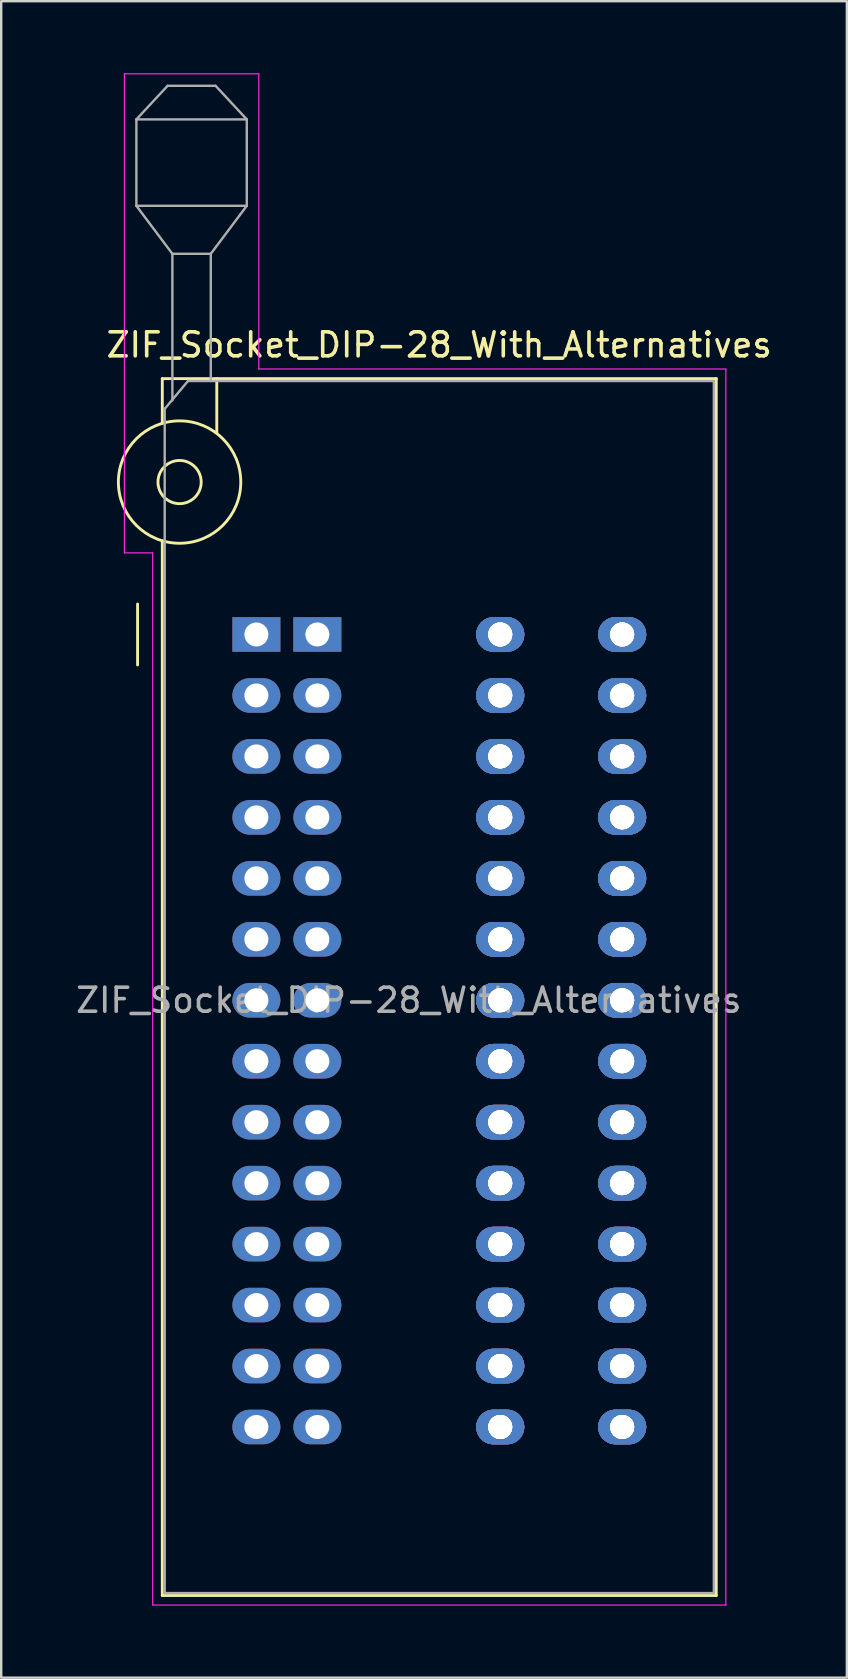
<source format=kicad_pcb>
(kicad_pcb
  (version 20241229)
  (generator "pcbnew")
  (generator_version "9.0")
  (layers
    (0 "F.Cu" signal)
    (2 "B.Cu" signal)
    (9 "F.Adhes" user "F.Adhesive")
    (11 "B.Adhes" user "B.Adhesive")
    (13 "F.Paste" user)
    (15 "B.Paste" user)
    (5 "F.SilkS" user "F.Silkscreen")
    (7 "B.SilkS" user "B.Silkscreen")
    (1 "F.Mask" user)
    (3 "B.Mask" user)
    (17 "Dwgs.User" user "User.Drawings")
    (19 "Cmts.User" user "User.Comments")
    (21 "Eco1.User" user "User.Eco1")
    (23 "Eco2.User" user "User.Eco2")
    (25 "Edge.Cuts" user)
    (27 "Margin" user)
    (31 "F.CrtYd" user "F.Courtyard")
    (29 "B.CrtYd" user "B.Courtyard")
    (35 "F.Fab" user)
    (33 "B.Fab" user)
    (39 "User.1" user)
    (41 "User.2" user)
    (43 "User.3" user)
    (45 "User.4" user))
  (footprint "ZIF_Socket_DIP-28_With_Alternatives"
    (layer "F.Cu")
    (at 7.632 23.385)
    (property "Reference" "ZIF_Socket_DIP-28_With_Alternatives" (at 7.62 -12.065 0) (layer "F.SilkS") (effects (font (size 1 1) (thickness 0.15))))
    (attr through_hole)
    (fp_line (start -4.95 1.27) (end -4.95 -1.27) (stroke (width 0.12) (type solid)) (layer "F.SilkS"))
    (fp_line (start -3.92 -10.66) (end -3.92 -8.8) (stroke (width 0.12) (type solid)) (layer "F.SilkS"))
    (fp_line (start -3.92 -3.9) (end -3.92 40.04) (stroke (width 0.12) (type solid)) (layer "F.SilkS"))
    (fp_line (start -3.92 40.04) (end 19.16 40.04) (stroke (width 0.12) (type solid)) (layer "F.SilkS"))
    (fp_line (start -1.65 -10.66) (end -1.65 -8.4) (stroke (width 0.12) (type solid)) (layer "F.SilkS"))
    (fp_line (start 19.16 -10.66) (end -3.92 -10.66) (stroke (width 0.12) (type solid)) (layer "F.SilkS"))
    (fp_line (start 19.16 40.04) (end 19.16 -10.66) (stroke (width 0.12) (type solid)) (layer "F.SilkS"))
    (fp_circle (center -3.2 -6.35) (end -2.3 -6.35) (stroke (width 0.12) (type solid)) (fill no) (layer "F.SilkS"))
    (fp_circle (center -3.2 -6.35) (end -0.65 -6.35) (stroke (width 0.12) (type solid)) (fill no) (layer "F.SilkS"))
    (fp_line (start -5.5 -23.36) (end 0.1 -23.36) (stroke (width 0.05) (type solid)) (layer "F.CrtYd"))
    (fp_line (start -5.5 -3.4) (end -5.5 -23.36) (stroke (width 0.05) (type solid)) (layer "F.CrtYd"))
    (fp_line (start -4.32 -3.4) (end -5.5 -3.4) (stroke (width 0.05) (type solid)) (layer "F.CrtYd"))
    (fp_line (start -4.32 40.44) (end -4.32 -3.4) (stroke (width 0.05) (type solid)) (layer "F.CrtYd"))
    (fp_line (start 0.1 -23.36) (end 0.1 -11.06) (stroke (width 0.05) (type solid)) (layer "F.CrtYd"))
    (fp_line (start 0.1 -11.06) (end 19.56 -11.06) (stroke (width 0.05) (type solid)) (layer "F.CrtYd"))
    (fp_line (start 19.56 -11.06) (end 19.56 40.44) (stroke (width 0.05) (type solid)) (layer "F.CrtYd"))
    (fp_line (start 19.56 40.44) (end -4.32 40.44) (stroke (width 0.05) (type solid)) (layer "F.CrtYd"))
    (fp_line (start -5 -21.46) (end -5 -17.86) (stroke (width 0.1) (type solid)) (layer "F.Fab"))
    (fp_line (start -5 -21.46) (end -3.7 -22.86) (stroke (width 0.1) (type solid)) (layer "F.Fab"))
    (fp_line (start -5 -17.86) (end -3.5 -15.86) (stroke (width 0.1) (type solid)) (layer "F.Fab"))
    (fp_line (start -5 -17.86) (end -0.4 -17.86) (stroke (width 0.1) (type solid)) (layer "F.Fab"))
    (fp_line (start -3.82 -9.4) (end -2.85 -10.56) (stroke (width 0.1) (type solid)) (layer "F.Fab"))
    (fp_line (start -3.82 39.94) (end -3.82 -9.4) (stroke (width 0.1) (type solid)) (layer "F.Fab"))
    (fp_line (start -3.7 -22.86) (end -1.7 -22.86) (stroke (width 0.1) (type solid)) (layer "F.Fab"))
    (fp_line (start -3.5 -15.86) (end -1.9 -15.86) (stroke (width 0.1) (type solid)) (layer "F.Fab"))
    (fp_line (start -3.5 -9.75) (end -3.5 -15.86) (stroke (width 0.1) (type solid)) (layer "F.Fab"))
    (fp_line (start -2.85 -10.56) (end 19.06 -10.56) (stroke (width 0.1) (type solid)) (layer "F.Fab"))
    (fp_line (start -1.9 -15.86) (end -1.9 -10.56) (stroke (width 0.1) (type solid)) (layer "F.Fab"))
    (fp_line (start -1.7 -22.86) (end -0.4 -21.46) (stroke (width 0.1) (type solid)) (layer "F.Fab"))
    (fp_line (start -0.4 -21.46) (end -5 -21.46) (stroke (width 0.1) (type solid)) (layer "F.Fab"))
    (fp_line (start -0.4 -17.86) (end -1.9 -15.86) (stroke (width 0.1) (type solid)) (layer "F.Fab"))
    (fp_line (start -0.4 -17.86) (end -0.4 -21.46) (stroke (width 0.1) (type solid)) (layer "F.Fab"))
    (fp_line (start 19.06 -10.56) (end 19.06 39.94) (stroke (width 0.1) (type solid)) (layer "F.Fab"))
    (fp_line (start 19.06 39.94) (end -3.82 39.94) (stroke (width 0.1) (type solid)) (layer "F.Fab"))
    (fp_text user "${REFERENCE}" (at 6.35 15.24 0) (layer "F.Fab") (effects (font (size 1 1) (thickness 0.15))))
    (pad "1" thru_hole rect (at 0 0) (size 2 1.44) (drill 1) (layers "*.Cu" "*.Mask"))
    (pad "1" thru_hole rect (at 2.54 0) (size 2 1.44) (drill 1) (layers "*.Cu" "*.Mask"))
    (pad "2" thru_hole oval (at 0 2.54) (size 2 1.44) (drill 1) (layers "*.Cu" "*.Mask"))
    (pad "2" thru_hole oval (at 2.54 2.54) (size 2 1.44) (drill 1) (layers "*.Cu" "*.Mask"))
    (pad "3" thru_hole oval (at 0 5.08) (size 2 1.44) (drill 1) (layers "*.Cu" "*.Mask"))
    (pad "3" thru_hole oval (at 2.54 5.08) (size 2 1.44) (drill 1) (layers "*.Cu" "*.Mask"))
    (pad "4" thru_hole oval (at 0 7.62) (size 2 1.44) (drill 1) (layers "*.Cu" "*.Mask"))
    (pad "4" thru_hole oval (at 2.54 7.62) (size 2 1.44) (drill 1) (layers "*.Cu" "*.Mask"))
    (pad "5" thru_hole oval (at 0 10.16) (size 2 1.44) (drill 1) (layers "*.Cu" "*.Mask"))
    (pad "5" thru_hole oval (at 2.54 10.16) (size 2 1.44) (drill 1) (layers "*.Cu" "*.Mask"))
    (pad "6" thru_hole oval (at 0 12.7) (size 2 1.44) (drill 1) (layers "*.Cu" "*.Mask"))
    (pad "6" thru_hole oval (at 2.54 12.7) (size 2 1.44) (drill 1) (layers "*.Cu" "*.Mask"))
    (pad "7" thru_hole oval (at 0 15.24) (size 2 1.44) (drill 1) (layers "*.Cu" "*.Mask"))
    (pad "7" thru_hole oval (at 2.54 15.24) (size 2 1.44) (drill 1) (layers "*.Cu" "*.Mask"))
    (pad "8" thru_hole oval (at 0 17.78) (size 2 1.44) (drill 1) (layers "*.Cu" "*.Mask"))
    (pad "8" thru_hole oval (at 2.54 17.78) (size 2 1.44) (drill 1) (layers "*.Cu" "*.Mask"))
    (pad "9" thru_hole oval (at 0 20.32) (size 2 1.44) (drill 1) (layers "*.Cu" "*.Mask"))
    (pad "9" thru_hole oval (at 2.54 20.32) (size 2 1.44) (drill 1) (layers "*.Cu" "*.Mask"))
    (pad "10" thru_hole oval (at 0 22.86) (size 2 1.44) (drill 1) (layers "*.Cu" "*.Mask"))
    (pad "10" thru_hole oval (at 2.54 22.86) (size 2 1.44) (drill 1) (layers "*.Cu" "*.Mask"))
    (pad "11" thru_hole oval (at 0 25.4) (size 2 1.44) (drill 1) (layers "*.Cu" "*.Mask"))
    (pad "11" thru_hole oval (at 2.54 25.4) (size 2 1.44) (drill 1) (layers "*.Cu" "*.Mask"))
    (pad "12" thru_hole oval (at 0 27.94) (size 2 1.44) (drill 1) (layers "*.Cu" "*.Mask"))
    (pad "12" thru_hole oval (at 2.54 27.94) (size 2 1.44) (drill 1) (layers "*.Cu" "*.Mask"))
    (pad "13" thru_hole oval (at 0 30.48) (size 2 1.44) (drill 1) (layers "*.Cu" "*.Mask"))
    (pad "13" thru_hole oval (at 2.54 30.48) (size 2 1.44) (drill 1) (layers "*.Cu" "*.Mask"))
    (pad "14" thru_hole oval (at 0 33.02) (size 2 1.44) (drill 1) (layers "*.Cu" "*.Mask"))
    (pad "14" thru_hole oval (at 2.54 33.02) (size 2 1.44) (drill 1) (layers "*.Cu" "*.Mask"))
    (pad "15" thru_hole oval (at 10.16 33.02) (size 2 1.44) (drill 1) (layers "*.Cu" "*.Mask"))
    (pad "15" thru_hole oval (at 10.16 33.02) (size 2 1.44) (drill 1) (layers "*.Cu" "*.Mask"))
    (pad "15" thru_hole oval (at 10.16 33.02) (size 2 1.44) (drill 1) (layers "*.Cu" "*.Mask"))
    (pad "15" thru_hole oval (at 10.16 33.02) (size 2 1.44) (drill 1) (layers "*.Cu" "*.Mask"))
    (pad "15" thru_hole oval (at 15.24 33.02) (size 2 1.44) (drill 1) (layers "*.Cu" "*.Mask"))
    (pad "15" thru_hole oval (at 15.24 33.02) (size 2 1.44) (drill 1) (layers "*.Cu" "*.Mask"))
    (pad "15" thru_hole oval (at 15.24 33.02) (size 2 1.44) (drill 1) (layers "*.Cu" "*.Mask"))
    (pad "15" thru_hole oval (at 15.24 33.02) (size 2 1.44) (drill 1) (layers "*.Cu" "*.Mask"))
    (pad "16" thru_hole oval (at 10.16 30.48) (size 2 1.44) (drill 1) (layers "*.Cu" "*.Mask"))
    (pad "16" thru_hole oval (at 10.16 30.48) (size 2 1.44) (drill 1) (layers "*.Cu" "*.Mask"))
    (pad "16" thru_hole oval (at 10.16 30.48) (size 2 1.44) (drill 1) (layers "*.Cu" "*.Mask"))
    (pad "16" thru_hole oval (at 10.16 30.48) (size 2 1.44) (drill 1) (layers "*.Cu" "*.Mask"))
    (pad "16" thru_hole oval (at 15.24 30.48) (size 2 1.44) (drill 1) (layers "*.Cu" "*.Mask"))
    (pad "16" thru_hole oval (at 15.24 30.48) (size 2 1.44) (drill 1) (layers "*.Cu" "*.Mask"))
    (pad "16" thru_hole oval (at 15.24 30.48) (size 2 1.44) (drill 1) (layers "*.Cu" "*.Mask"))
    (pad "16" thru_hole oval (at 15.24 30.48) (size 2 1.44) (drill 1) (layers "*.Cu" "*.Mask"))
    (pad "17" thru_hole oval (at 10.16 27.94) (size 2 1.44) (drill 1) (layers "*.Cu" "*.Mask"))
    (pad "17" thru_hole oval (at 10.16 27.94) (size 2 1.44) (drill 1) (layers "*.Cu" "*.Mask"))
    (pad "17" thru_hole oval (at 10.16 27.94) (size 2 1.44) (drill 1) (layers "*.Cu" "*.Mask"))
    (pad "17" thru_hole oval (at 10.16 27.94) (size 2 1.44) (drill 1) (layers "*.Cu" "*.Mask"))
    (pad "17" thru_hole oval (at 15.24 27.94) (size 2 1.44) (drill 1) (layers "*.Cu" "*.Mask"))
    (pad "17" thru_hole oval (at 15.24 27.94) (size 2 1.44) (drill 1) (layers "*.Cu" "*.Mask"))
    (pad "17" thru_hole oval (at 15.24 27.94) (size 2 1.44) (drill 1) (layers "*.Cu" "*.Mask"))
    (pad "17" thru_hole oval (at 15.24 27.94) (size 2 1.44) (drill 1) (layers "*.Cu" "*.Mask"))
    (pad "18" thru_hole oval (at 10.16 25.4) (size 2 1.44) (drill 1) (layers "*.Cu" "*.Mask"))
    (pad "18" thru_hole oval (at 10.16 25.4) (size 2 1.44) (drill 1) (layers "*.Cu" "*.Mask"))
    (pad "18" thru_hole oval (at 10.16 25.4) (size 2 1.44) (drill 1) (layers "*.Cu" "*.Mask"))
    (pad "18" thru_hole oval (at 10.16 25.4) (size 2 1.44) (drill 1) (layers "*.Cu" "*.Mask"))
    (pad "18" thru_hole oval (at 15.24 25.4) (size 2 1.44) (drill 1) (layers "*.Cu" "*.Mask"))
    (pad "18" thru_hole oval (at 15.24 25.4) (size 2 1.44) (drill 1) (layers "*.Cu" "*.Mask"))
    (pad "18" thru_hole oval (at 15.24 25.4) (size 2 1.44) (drill 1) (layers "*.Cu" "*.Mask"))
    (pad "18" thru_hole oval (at 15.24 25.4) (size 2 1.44) (drill 1) (layers "*.Cu" "*.Mask"))
    (pad "19" thru_hole oval (at 10.16 22.86) (size 2 1.44) (drill 1) (layers "*.Cu" "*.Mask"))
    (pad "19" thru_hole oval (at 10.16 22.86) (size 2 1.44) (drill 1) (layers "*.Cu" "*.Mask"))
    (pad "19" thru_hole oval (at 10.16 22.86) (size 2 1.44) (drill 1) (layers "*.Cu" "*.Mask"))
    (pad "19" thru_hole oval (at 10.16 22.86) (size 2 1.44) (drill 1) (layers "*.Cu" "*.Mask"))
    (pad "19" thru_hole oval (at 15.24 22.86) (size 2 1.44) (drill 1) (layers "*.Cu" "*.Mask"))
    (pad "19" thru_hole oval (at 15.24 22.86) (size 2 1.44) (drill 1) (layers "*.Cu" "*.Mask"))
    (pad "19" thru_hole oval (at 15.24 22.86) (size 2 1.44) (drill 1) (layers "*.Cu" "*.Mask"))
    (pad "19" thru_hole oval (at 15.24 22.86) (size 2 1.44) (drill 1) (layers "*.Cu" "*.Mask"))
    (pad "20" thru_hole oval (at 10.16 20.32) (size 2 1.44) (drill 1) (layers "*.Cu" "*.Mask"))
    (pad "20" thru_hole oval (at 10.16 20.32) (size 2 1.44) (drill 1) (layers "*.Cu" "*.Mask"))
    (pad "20" thru_hole oval (at 10.16 20.32) (size 2 1.44) (drill 1) (layers "*.Cu" "*.Mask"))
    (pad "20" thru_hole oval (at 10.16 20.32) (size 2 1.44) (drill 1) (layers "*.Cu" "*.Mask"))
    (pad "20" thru_hole oval (at 15.24 20.32) (size 2 1.44) (drill 1) (layers "*.Cu" "*.Mask"))
    (pad "20" thru_hole oval (at 15.24 20.32) (size 2 1.44) (drill 1) (layers "*.Cu" "*.Mask"))
    (pad "20" thru_hole oval (at 15.24 20.32) (size 2 1.44) (drill 1) (layers "*.Cu" "*.Mask"))
    (pad "20" thru_hole oval (at 15.24 20.32) (size 2 1.44) (drill 1) (layers "*.Cu" "*.Mask"))
    (pad "21" thru_hole oval (at 10.16 17.78) (size 2 1.44) (drill 1) (layers "*.Cu" "*.Mask"))
    (pad "21" thru_hole oval (at 10.16 17.78) (size 2 1.44) (drill 1) (layers "*.Cu" "*.Mask"))
    (pad "21" thru_hole oval (at 10.16 17.78) (size 2 1.44) (drill 1) (layers "*.Cu" "*.Mask"))
    (pad "21" thru_hole oval (at 10.16 17.78) (size 2 1.44) (drill 1) (layers "*.Cu" "*.Mask"))
    (pad "21" thru_hole oval (at 15.24 17.78) (size 2 1.44) (drill 1) (layers "*.Cu" "*.Mask"))
    (pad "21" thru_hole oval (at 15.24 17.78) (size 2 1.44) (drill 1) (layers "*.Cu" "*.Mask"))
    (pad "21" thru_hole oval (at 15.24 17.78) (size 2 1.44) (drill 1) (layers "*.Cu" "*.Mask"))
    (pad "21" thru_hole oval (at 15.24 17.78) (size 2 1.44) (drill 1) (layers "*.Cu" "*.Mask"))
    (pad "22" thru_hole oval (at 10.16 15.24) (size 2 1.44) (drill 1) (layers "*.Cu" "*.Mask"))
    (pad "22" thru_hole oval (at 10.16 15.24) (size 2 1.44) (drill 1) (layers "*.Cu" "*.Mask"))
    (pad "22" thru_hole oval (at 10.16 15.24) (size 2 1.44) (drill 1) (layers "*.Cu" "*.Mask"))
    (pad "22" thru_hole oval (at 10.16 15.24) (size 2 1.44) (drill 1) (layers "*.Cu" "*.Mask"))
    (pad "22" thru_hole oval (at 15.24 15.24) (size 2 1.44) (drill 1) (layers "*.Cu" "*.Mask"))
    (pad "22" thru_hole oval (at 15.24 15.24) (size 2 1.44) (drill 1) (layers "*.Cu" "*.Mask"))
    (pad "22" thru_hole oval (at 15.24 15.24) (size 2 1.44) (drill 1) (layers "*.Cu" "*.Mask"))
    (pad "22" thru_hole oval (at 15.24 15.24) (size 2 1.44) (drill 1) (layers "*.Cu" "*.Mask"))
    (pad "23" thru_hole oval (at 10.16 12.7) (size 2 1.44) (drill 1) (layers "*.Cu" "*.Mask"))
    (pad "23" thru_hole oval (at 10.16 12.7) (size 2 1.44) (drill 1) (layers "*.Cu" "*.Mask"))
    (pad "23" thru_hole oval (at 10.16 12.7) (size 2 1.44) (drill 1) (layers "*.Cu" "*.Mask"))
    (pad "23" thru_hole oval (at 10.16 12.7) (size 2 1.44) (drill 1) (layers "*.Cu" "*.Mask"))
    (pad "23" thru_hole oval (at 15.24 12.7) (size 2 1.44) (drill 1) (layers "*.Cu" "*.Mask"))
    (pad "23" thru_hole oval (at 15.24 12.7) (size 2 1.44) (drill 1) (layers "*.Cu" "*.Mask"))
    (pad "23" thru_hole oval (at 15.24 12.7) (size 2 1.44) (drill 1) (layers "*.Cu" "*.Mask"))
    (pad "23" thru_hole oval (at 15.24 12.7) (size 2 1.44) (drill 1) (layers "*.Cu" "*.Mask"))
    (pad "24" thru_hole oval (at 10.16 10.16) (size 2 1.44) (drill 1) (layers "*.Cu" "*.Mask"))
    (pad "24" thru_hole oval (at 10.16 10.16) (size 2 1.44) (drill 1) (layers "*.Cu" "*.Mask"))
    (pad "24" thru_hole oval (at 10.16 10.16) (size 2 1.44) (drill 1) (layers "*.Cu" "*.Mask"))
    (pad "24" thru_hole oval (at 10.16 10.16) (size 2 1.44) (drill 1) (layers "*.Cu" "*.Mask"))
    (pad "24" thru_hole oval (at 15.24 10.16) (size 2 1.44) (drill 1) (layers "*.Cu" "*.Mask"))
    (pad "24" thru_hole oval (at 15.24 10.16) (size 2 1.44) (drill 1) (layers "*.Cu" "*.Mask"))
    (pad "24" thru_hole oval (at 15.24 10.16) (size 2 1.44) (drill 1) (layers "*.Cu" "*.Mask"))
    (pad "24" thru_hole oval (at 15.24 10.16) (size 2 1.44) (drill 1) (layers "*.Cu" "*.Mask"))
    (pad "25" thru_hole oval (at 10.16 7.62) (size 2 1.44) (drill 1) (layers "*.Cu" "*.Mask"))
    (pad "25" thru_hole oval (at 10.16 7.62) (size 2 1.44) (drill 1) (layers "*.Cu" "*.Mask"))
    (pad "25" thru_hole oval (at 10.16 7.62) (size 2 1.44) (drill 1) (layers "*.Cu" "*.Mask"))
    (pad "25" thru_hole oval (at 10.16 7.62) (size 2 1.44) (drill 1) (layers "*.Cu" "*.Mask"))
    (pad "25" thru_hole oval (at 15.24 7.62) (size 2 1.44) (drill 1) (layers "*.Cu" "*.Mask"))
    (pad "25" thru_hole oval (at 15.24 7.62) (size 2 1.44) (drill 1) (layers "*.Cu" "*.Mask"))
    (pad "25" thru_hole oval (at 15.24 7.62) (size 2 1.44) (drill 1) (layers "*.Cu" "*.Mask"))
    (pad "25" thru_hole oval (at 15.24 7.62) (size 2 1.44) (drill 1) (layers "*.Cu" "*.Mask"))
    (pad "26" thru_hole oval (at 10.16 5.08) (size 2 1.44) (drill 1) (layers "*.Cu" "*.Mask"))
    (pad "26" thru_hole oval (at 10.16 5.08) (size 2 1.44) (drill 1) (layers "*.Cu" "*.Mask"))
    (pad "26" thru_hole oval (at 10.16 5.08) (size 2 1.44) (drill 1) (layers "*.Cu" "*.Mask"))
    (pad "26" thru_hole oval (at 10.16 5.08) (size 2 1.44) (drill 1) (layers "*.Cu" "*.Mask"))
    (pad "26" thru_hole oval (at 15.24 5.08) (size 2 1.44) (drill 1) (layers "*.Cu" "*.Mask"))
    (pad "26" thru_hole oval (at 15.24 5.08) (size 2 1.44) (drill 1) (layers "*.Cu" "*.Mask"))
    (pad "26" thru_hole oval (at 15.24 5.08) (size 2 1.44) (drill 1) (layers "*.Cu" "*.Mask"))
    (pad "26" thru_hole oval (at 15.24 5.08) (size 2 1.44) (drill 1) (layers "*.Cu" "*.Mask"))
    (pad "27" thru_hole oval (at 10.16 2.54) (size 2 1.44) (drill 1) (layers "*.Cu" "*.Mask"))
    (pad "27" thru_hole oval (at 10.16 2.54) (size 2 1.44) (drill 1) (layers "*.Cu" "*.Mask"))
    (pad "27" thru_hole oval (at 10.16 2.54) (size 2 1.44) (drill 1) (layers "*.Cu" "*.Mask"))
    (pad "27" thru_hole oval (at 10.16 2.54) (size 2 1.44) (drill 1) (layers "*.Cu" "*.Mask"))
    (pad "27" thru_hole oval (at 15.24 2.54) (size 2 1.44) (drill 1) (layers "*.Cu" "*.Mask"))
    (pad "27" thru_hole oval (at 15.24 2.54) (size 2 1.44) (drill 1) (layers "*.Cu" "*.Mask"))
    (pad "27" thru_hole oval (at 15.24 2.54) (size 2 1.44) (drill 1) (layers "*.Cu" "*.Mask"))
    (pad "27" thru_hole oval (at 15.24 2.54) (size 2 1.44) (drill 1) (layers "*.Cu" "*.Mask"))
    (pad "28" thru_hole oval (at 10.16 0) (size 2 1.44) (drill 1) (layers "*.Cu" "*.Mask"))
    (pad "28" thru_hole oval (at 10.16 0) (size 2 1.44) (drill 1) (layers "*.Cu" "*.Mask"))
    (pad "28" thru_hole oval (at 10.16 0) (size 2 1.44) (drill 1) (layers "*.Cu" "*.Mask"))
    (pad "28" thru_hole oval (at 10.16 0) (size 2 1.44) (drill 1) (layers "*.Cu" "*.Mask"))
    (pad "28" thru_hole oval (at 15.24 0) (size 2 1.44) (drill 1) (layers "*.Cu" "*.Mask"))
    (pad "28" thru_hole oval (at 15.24 0) (size 2 1.44) (drill 1) (layers "*.Cu" "*.Mask"))
    (pad "28" thru_hole oval (at 15.24 0) (size 2 1.44) (drill 1) (layers "*.Cu" "*.Mask"))
    (pad "28" thru_hole oval (at 15.24 0) (size 2 1.44) (drill 1) (layers "*.Cu" "*.Mask")))
  (gr_rect
    (start -3 -3)
    (end 32.234 66.85)
    (stroke (width 0.1) (type default))
    (fill no)
    (layer "Edge.Cuts")))
</source>
